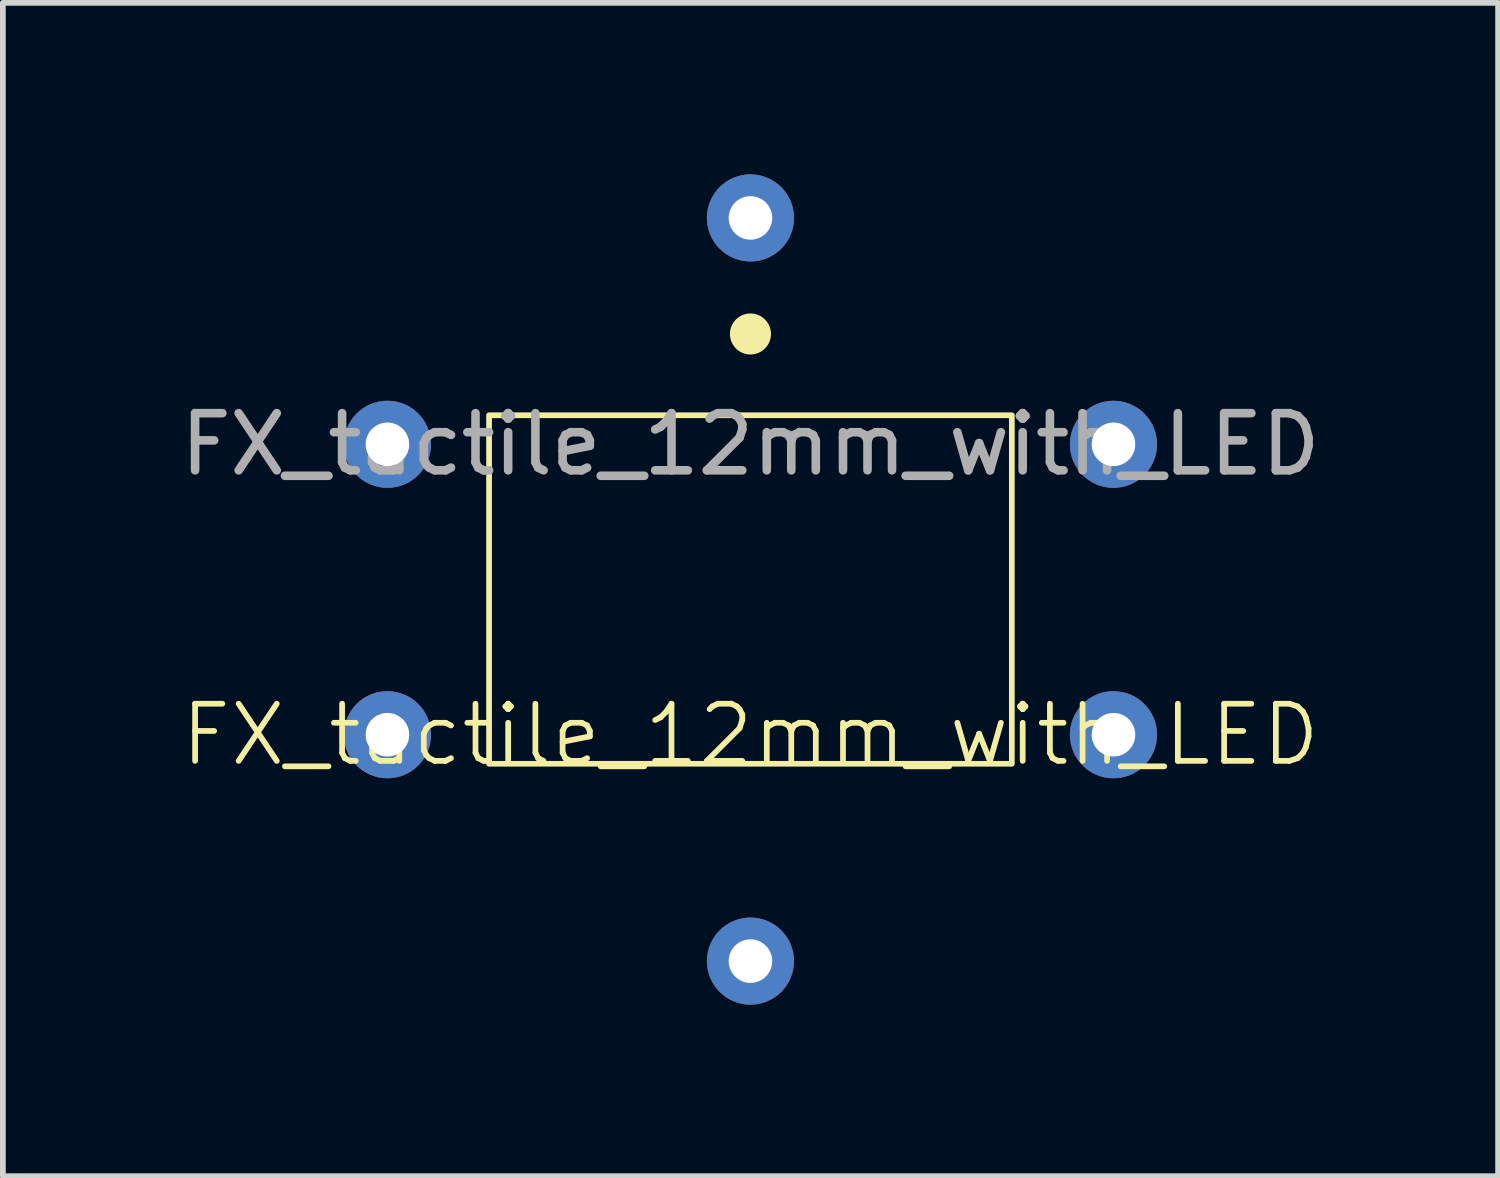
<source format=kicad_pcb>
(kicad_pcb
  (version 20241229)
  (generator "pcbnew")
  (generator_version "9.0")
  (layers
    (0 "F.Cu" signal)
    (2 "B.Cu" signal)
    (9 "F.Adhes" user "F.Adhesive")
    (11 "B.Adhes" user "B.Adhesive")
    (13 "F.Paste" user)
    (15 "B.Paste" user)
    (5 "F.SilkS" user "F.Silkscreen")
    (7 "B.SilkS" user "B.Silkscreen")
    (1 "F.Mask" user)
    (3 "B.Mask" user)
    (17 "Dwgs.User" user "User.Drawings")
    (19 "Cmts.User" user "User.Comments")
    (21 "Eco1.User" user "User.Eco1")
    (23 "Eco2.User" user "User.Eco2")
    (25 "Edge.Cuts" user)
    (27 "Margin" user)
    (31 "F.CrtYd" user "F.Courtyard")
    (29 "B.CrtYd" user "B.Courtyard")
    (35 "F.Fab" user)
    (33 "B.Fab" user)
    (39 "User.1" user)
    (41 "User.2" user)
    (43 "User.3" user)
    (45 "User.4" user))
  (footprint "FX_tactile_12mm_with_LED"
    (layer "F.Cu")
    (at 11.347 9.802)
    (property "Reference" "FX_tactile_12mm_with_LED" (at -1.27 0 0) (unlocked yes) (layer "F.SilkS") (effects (font (size 1 1) (thickness 0.1))))
    (attr through_hole)
    (fp_rect (start -5.842 -5.588) (end 3.302 0.508) (stroke (width 0.1) (type default)) (fill no) (layer "F.SilkS"))
    (fp_circle (center -1.27 -7.01) (end -0.961 -7.01) (stroke (width 0.1) (type solid)) (fill yes) (layer "F.SilkS"))
    (fp_text user "${REFERENCE}" (at -1.27 -5.08 0) (unlocked yes) (layer "F.Fab") (effects (font (size 1 1) (thickness 0.15))))
    (pad "1" thru_hole circle (at -7.62 -5.08) (size 1.524 1.524) (drill 0.762) (layers "*.Cu" "*.Mask"))
    (pad "1" thru_hole circle (at 5.08 -5.08) (size 1.524 1.524) (drill 0.762) (layers "*.Cu" "*.Mask"))
    (pad "2" thru_hole circle (at -7.62 0) (size 1.524 1.524) (drill 0.762) (layers "*.Cu" "*.Mask"))
    (pad "2" thru_hole circle (at 5.08 0) (size 1.524 1.524) (drill 0.762) (layers "*.Cu" "*.Mask"))
    (pad "3" thru_hole circle (at -1.27 -9.04) (size 1.524 1.524) (drill 0.762) (layers "*.Cu" "*.Mask"))
    (pad "4" thru_hole circle (at -1.27 3.96) (size 1.524 1.524) (drill 0.762) (layers "*.Cu" "*.Mask")))
  (gr_rect
    (start -3 -3)
    (end 23.155 17.524)
    (stroke (width 0.1) (type default))
    (fill no)
    (layer "Edge.Cuts")))
</source>
